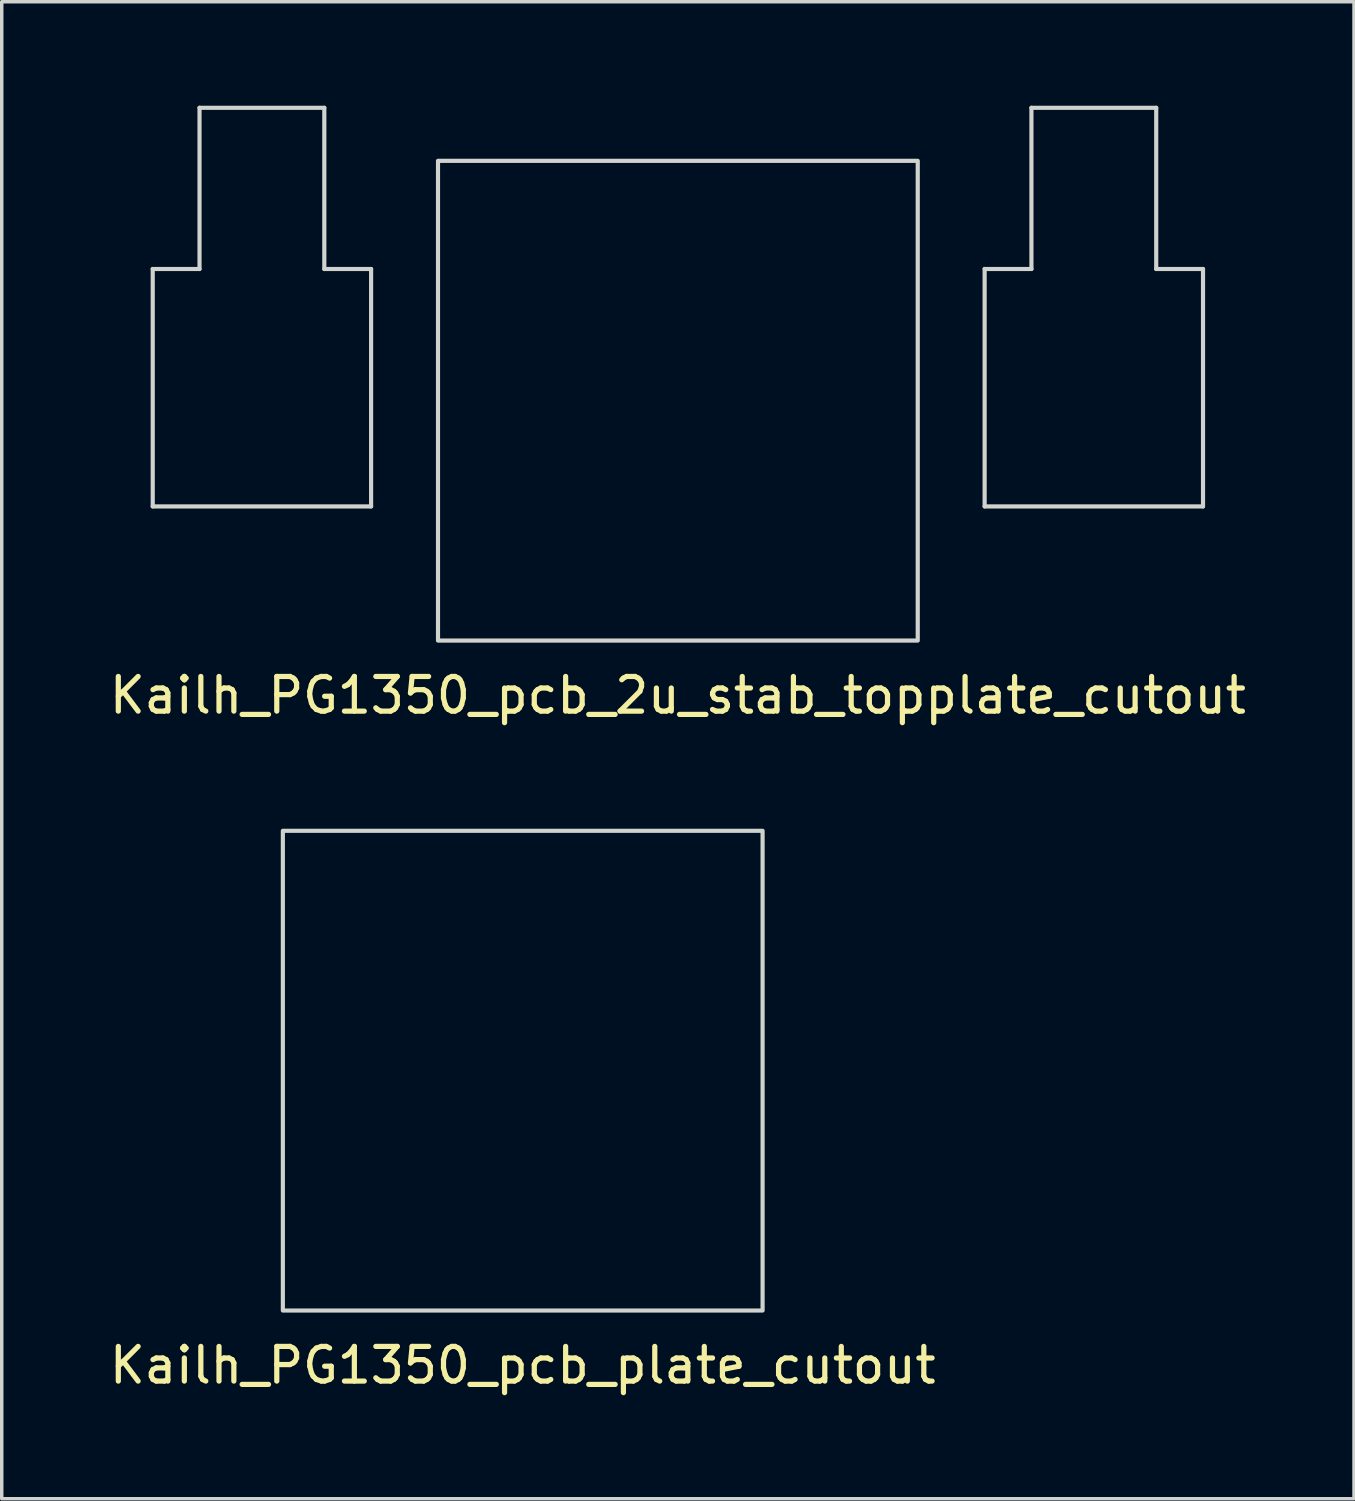
<source format=kicad_pcb>
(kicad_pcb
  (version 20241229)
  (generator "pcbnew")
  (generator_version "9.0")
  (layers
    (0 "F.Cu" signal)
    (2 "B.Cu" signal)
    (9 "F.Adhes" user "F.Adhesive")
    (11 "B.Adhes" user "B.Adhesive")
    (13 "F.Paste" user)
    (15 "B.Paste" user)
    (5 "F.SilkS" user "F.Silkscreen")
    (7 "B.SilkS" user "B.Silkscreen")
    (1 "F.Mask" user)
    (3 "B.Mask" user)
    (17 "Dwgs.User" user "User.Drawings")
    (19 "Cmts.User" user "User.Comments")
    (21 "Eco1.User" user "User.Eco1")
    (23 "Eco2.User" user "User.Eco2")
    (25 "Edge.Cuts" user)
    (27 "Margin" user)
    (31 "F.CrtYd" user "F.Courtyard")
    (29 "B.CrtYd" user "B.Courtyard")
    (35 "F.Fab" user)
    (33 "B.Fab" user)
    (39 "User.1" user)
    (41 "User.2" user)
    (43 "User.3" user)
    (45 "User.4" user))
  (footprint "Kailh_PG1350_pcb_2u_stab_topplate_cutout"
    (layer "F.Cu")
    (at 16.506 8.51)
    (property "Reference" "Kailh_PG1350_pcb_2u_stab_topplate_cutout" (at 0 8.5 0) (layer "F.SilkS") (effects (font (size 1 1) (thickness 0.15))))
    (attr through_hole)
    (fp_line (start -15.15 -3.8) (end -13.8 -3.8) (stroke (width 0.12) (type solid)) (layer "Edge.Cuts"))
    (fp_line (start -15.15 3.05) (end -15.15 -3.8) (stroke (width 0.12) (type solid)) (layer "Edge.Cuts"))
    (fp_line (start -15.15 3.05) (end -8.85 3.05) (stroke (width 0.12) (type solid)) (layer "Edge.Cuts"))
    (fp_line (start -13.8 -8.45) (end -13.8 -3.8) (stroke (width 0.12) (type solid)) (layer "Edge.Cuts"))
    (fp_line (start -13.8 -8.45) (end -10.2 -8.45) (stroke (width 0.12) (type solid)) (layer "Edge.Cuts"))
    (fp_line (start -10.2 -8.45) (end -10.2 -3.8) (stroke (width 0.12) (type solid)) (layer "Edge.Cuts"))
    (fp_line (start -10.2 -3.8) (end -8.85 -3.8) (stroke (width 0.12) (type solid)) (layer "Edge.Cuts"))
    (fp_line (start -8.85 3.05) (end -8.85 -3.8) (stroke (width 0.12) (type solid)) (layer "Edge.Cuts"))
    (fp_line (start 8.85 -3.8) (end 10.2 -3.8) (stroke (width 0.12) (type solid)) (layer "Edge.Cuts"))
    (fp_line (start 8.85 3.05) (end 8.85 -3.8) (stroke (width 0.12) (type solid)) (layer "Edge.Cuts"))
    (fp_line (start 8.85 3.05) (end 15.15 3.05) (stroke (width 0.12) (type solid)) (layer "Edge.Cuts"))
    (fp_line (start 10.2 -8.45) (end 10.2 -3.8) (stroke (width 0.12) (type solid)) (layer "Edge.Cuts"))
    (fp_line (start 10.2 -8.45) (end 13.8 -8.45) (stroke (width 0.12) (type solid)) (layer "Edge.Cuts"))
    (fp_line (start 13.8 -8.45) (end 13.8 -3.8) (stroke (width 0.12) (type solid)) (layer "Edge.Cuts"))
    (fp_line (start 13.8 -3.8) (end 15.15 -3.8) (stroke (width 0.12) (type solid)) (layer "Edge.Cuts"))
    (fp_line (start 15.15 3.05) (end 15.15 -3.8) (stroke (width 0.12) (type solid)) (layer "Edge.Cuts"))
    (fp_rect (start 6.92 -6.92) (end -6.92 6.92) (stroke (width 0.12) (type solid)) (fill no) (layer "Edge.Cuts")))
  (footprint "Kailh_PG1350_pcb_plate_cutout"
    (layer "F.Cu")
    (at 12.03 27.838)
    (property "Reference" "Kailh_PG1350_pcb_plate_cutout" (at 0 8.5 0) (layer "F.SilkS") (effects (font (size 1 1) (thickness 0.15))))
    (attr through_hole)
    (fp_rect (start 6.92 -6.92) (end -6.92 6.92) (stroke (width 0.12) (type solid)) (fill no) (layer "Edge.Cuts")))
  (gr_rect
    (start -3 -3)
    (end 36.012 40.187)
    (stroke (width 0.1) (type default))
    (fill no)
    (layer "Edge.Cuts")))
</source>
